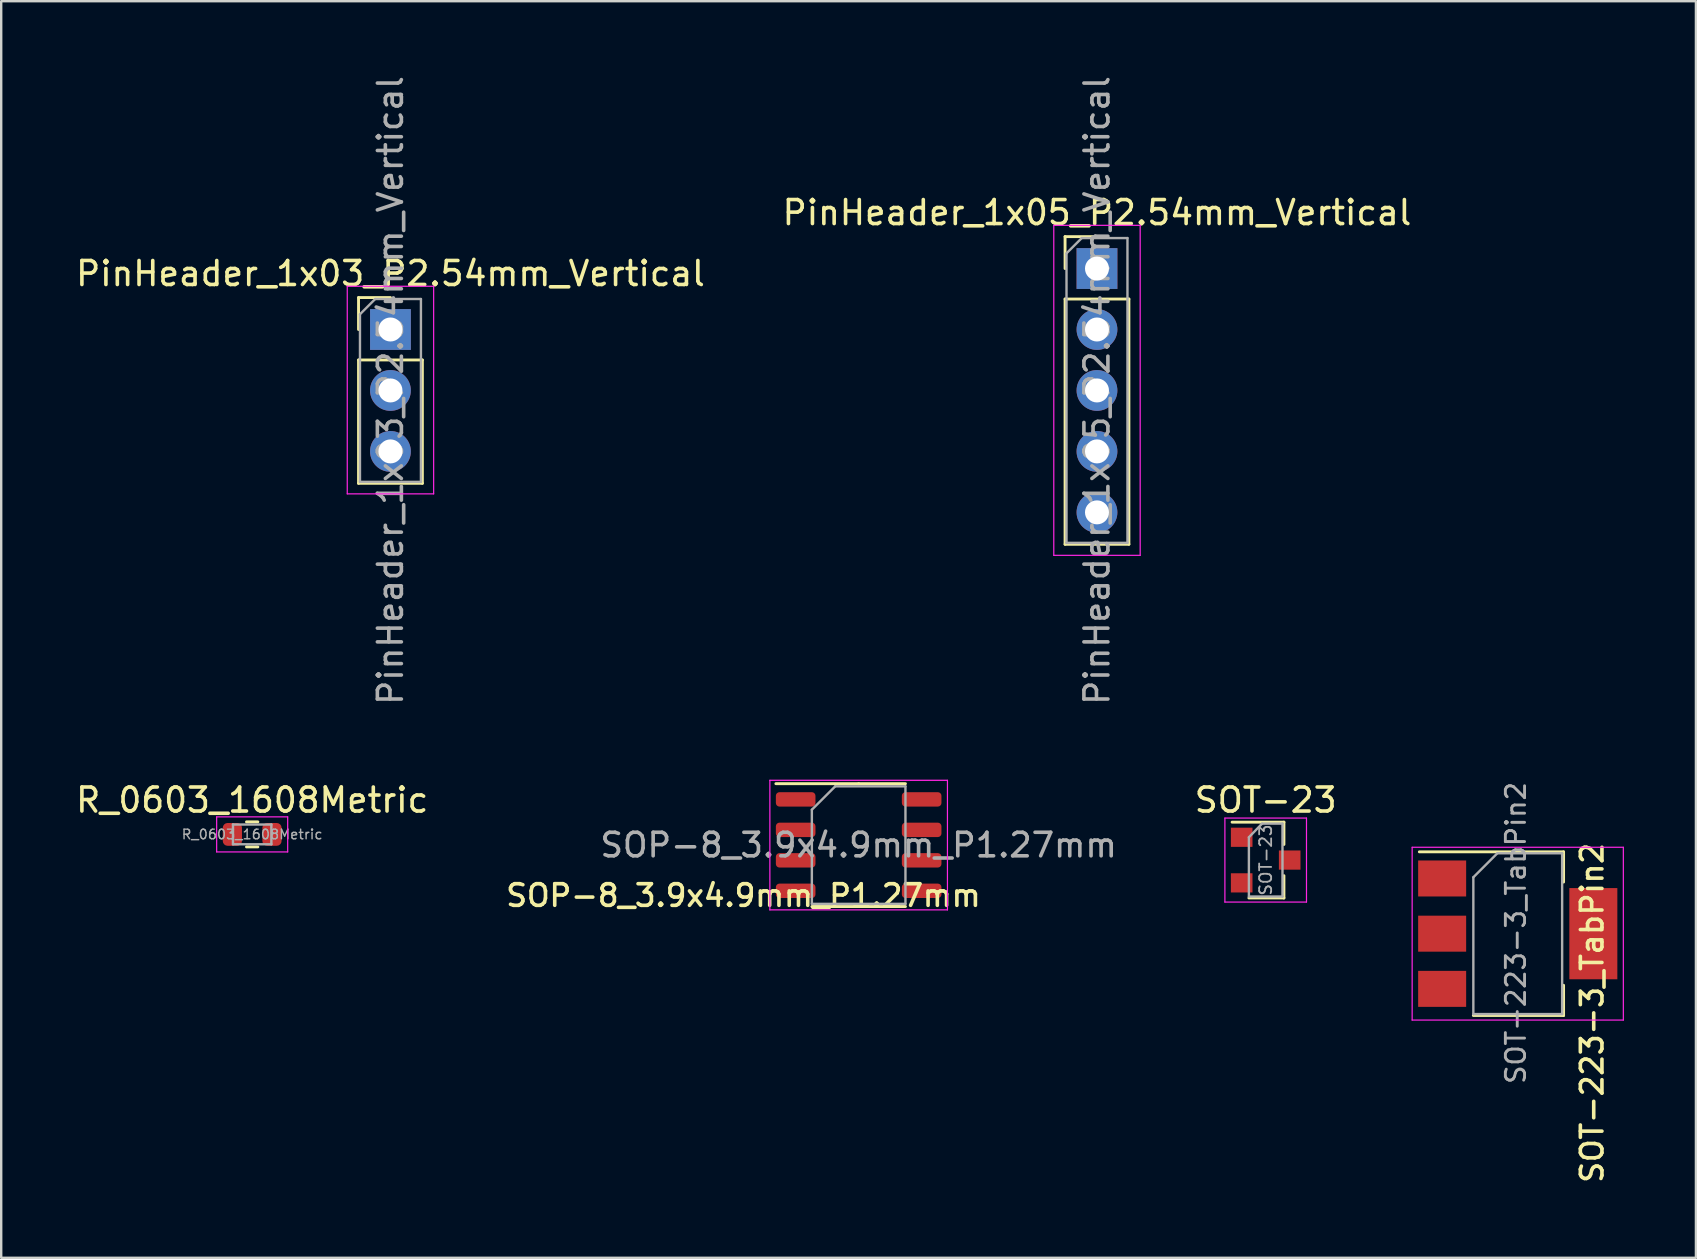
<source format=kicad_pcb>
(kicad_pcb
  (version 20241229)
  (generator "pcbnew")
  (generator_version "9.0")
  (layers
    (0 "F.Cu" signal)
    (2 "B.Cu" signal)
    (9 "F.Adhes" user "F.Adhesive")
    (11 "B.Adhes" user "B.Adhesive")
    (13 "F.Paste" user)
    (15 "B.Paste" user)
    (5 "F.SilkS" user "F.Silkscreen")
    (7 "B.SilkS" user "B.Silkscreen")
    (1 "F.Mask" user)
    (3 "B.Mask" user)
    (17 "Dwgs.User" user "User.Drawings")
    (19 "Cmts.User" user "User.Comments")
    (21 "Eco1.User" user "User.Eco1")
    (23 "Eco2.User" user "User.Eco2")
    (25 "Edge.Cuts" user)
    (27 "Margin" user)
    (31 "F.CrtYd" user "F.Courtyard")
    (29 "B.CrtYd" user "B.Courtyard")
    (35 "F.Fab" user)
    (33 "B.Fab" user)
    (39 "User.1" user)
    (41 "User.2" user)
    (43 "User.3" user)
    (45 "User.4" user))
  (footprint "R_0603_1608Metric"
    (layer "F.Cu")
    (at 7.458 31.719)
    (property "Reference" "R_0603_1608Metric" (at 0 -1.43 0) (layer "F.SilkS") (effects (font (size 1 1) (thickness 0.15))))
    (attr smd)
    (fp_line (start -0.237 -0.522) (end 0.237 -0.522) (stroke (width 0.12) (type solid)) (layer "F.SilkS"))
    (fp_line (start -0.237 0.522) (end 0.237 0.522) (stroke (width 0.12) (type solid)) (layer "F.SilkS"))
    (fp_line (start -1.48 -0.73) (end 1.48 -0.73) (stroke (width 0.05) (type solid)) (layer "F.CrtYd"))
    (fp_line (start -1.48 0.73) (end -1.48 -0.73) (stroke (width 0.05) (type solid)) (layer "F.CrtYd"))
    (fp_line (start 1.48 -0.73) (end 1.48 0.73) (stroke (width 0.05) (type solid)) (layer "F.CrtYd"))
    (fp_line (start 1.48 0.73) (end -1.48 0.73) (stroke (width 0.05) (type solid)) (layer "F.CrtYd"))
    (fp_line (start -0.8 -0.412) (end 0.8 -0.412) (stroke (width 0.1) (type solid)) (layer "F.Fab"))
    (fp_line (start -0.8 0.412) (end -0.8 -0.412) (stroke (width 0.1) (type solid)) (layer "F.Fab"))
    (fp_line (start 0.8 -0.412) (end 0.8 0.412) (stroke (width 0.1) (type solid)) (layer "F.Fab"))
    (fp_line (start 0.8 0.412) (end -0.8 0.412) (stroke (width 0.1) (type solid)) (layer "F.Fab"))
    (fp_text user "${REFERENCE}" (at 0 0 0) (layer "F.Fab") (effects (font (size 0.4 0.4) (thickness 0.06))))
    (pad "1" smd roundrect (at -0.825 0 180) (size 0.8 0.95) (layers "F.Cu" "F.Mask" "F.Paste") (roundrect_rratio 0.25))
    (pad "2" smd roundrect (at 0.825 0 180) (size 0.8 0.95) (layers "F.Cu" "F.Mask" "F.Paste") (roundrect_rratio 0.25)))
  (footprint "PinHeader_1x05_P2.54mm_Vertical"
    (layer "F.Cu")
    (at 42.661 8.14)
    (property "Reference" "PinHeader_1x05_P2.54mm_Vertical" (at 0 -2.33 0) (layer "F.SilkS") (effects (font (size 1 1) (thickness 0.15))))
    (attr through_hole)
    (fp_line (start -1.33 -1.33) (end 0 -1.33) (stroke (width 0.12) (type solid)) (layer "F.SilkS"))
    (fp_line (start -1.33 0) (end -1.33 -1.33) (stroke (width 0.12) (type solid)) (layer "F.SilkS"))
    (fp_line (start -1.33 1.27) (end -1.33 11.49) (stroke (width 0.12) (type solid)) (layer "F.SilkS"))
    (fp_line (start -1.33 1.27) (end 1.33 1.27) (stroke (width 0.12) (type solid)) (layer "F.SilkS"))
    (fp_line (start -1.33 11.49) (end 1.33 11.49) (stroke (width 0.12) (type solid)) (layer "F.SilkS"))
    (fp_line (start 1.33 1.27) (end 1.33 11.49) (stroke (width 0.12) (type solid)) (layer "F.SilkS"))
    (fp_line (start -1.8 -1.8) (end -1.8 11.95) (stroke (width 0.05) (type solid)) (layer "F.CrtYd"))
    (fp_line (start -1.8 11.95) (end 1.8 11.95) (stroke (width 0.05) (type solid)) (layer "F.CrtYd"))
    (fp_line (start 1.8 -1.8) (end -1.8 -1.8) (stroke (width 0.05) (type solid)) (layer "F.CrtYd"))
    (fp_line (start 1.8 11.95) (end 1.8 -1.8) (stroke (width 0.05) (type solid)) (layer "F.CrtYd"))
    (fp_line (start -1.27 -0.635) (end -0.635 -1.27) (stroke (width 0.1) (type solid)) (layer "F.Fab"))
    (fp_line (start -1.27 11.43) (end -1.27 -0.635) (stroke (width 0.1) (type solid)) (layer "F.Fab"))
    (fp_line (start -0.635 -1.27) (end 1.27 -1.27) (stroke (width 0.1) (type solid)) (layer "F.Fab"))
    (fp_line (start 1.27 -1.27) (end 1.27 11.43) (stroke (width 0.1) (type solid)) (layer "F.Fab"))
    (fp_line (start 1.27 11.43) (end -1.27 11.43) (stroke (width 0.1) (type solid)) (layer "F.Fab"))
    (fp_text user "${REFERENCE}" (at 0 5.08 90) (layer "F.Fab") (effects (font (size 1 1) (thickness 0.15))))
    (pad "1" thru_hole rect (at 0 0) (size 1.7 1.7) (drill 1) (layers "*.Cu" "*.Mask"))
    (pad "2" thru_hole oval (at 0 2.54) (size 1.7 1.7) (drill 1) (layers "*.Cu" "*.Mask"))
    (pad "3" thru_hole oval (at 0 5.08) (size 1.7 1.7) (drill 1) (layers "*.Cu" "*.Mask"))
    (pad "4" thru_hole oval (at 0 7.62) (size 1.7 1.7) (drill 1) (layers "*.Cu" "*.Mask"))
    (pad "5" thru_hole oval (at 0 10.16) (size 1.7 1.7) (drill 1) (layers "*.Cu" "*.Mask")))
  (footprint "SOP-8_3.9x4.9mm_P1.27mm"
    (layer "F.Cu")
    (at 32.73 32.165)
    (property "Reference" "SOP-8_3.9x4.9mm_P1.27mm" (at -4.8 2.1 180) (layer "F.SilkS") (effects (font (size 0.9 0.9) (thickness 0.15))))
    (attr smd)
    (fp_line (start 0 -2.56) (end -3.45 -2.56) (stroke (width 0.12) (type solid)) (layer "F.SilkS"))
    (fp_line (start 0 -2.56) (end 1.95 -2.56) (stroke (width 0.12) (type solid)) (layer "F.SilkS"))
    (fp_line (start 0 2.56) (end -1.95 2.56) (stroke (width 0.12) (type solid)) (layer "F.SilkS"))
    (fp_line (start 0 2.56) (end 1.95 2.56) (stroke (width 0.12) (type solid)) (layer "F.SilkS"))
    (fp_line (start -3.7 -2.7) (end -3.7 2.7) (stroke (width 0.05) (type solid)) (layer "F.CrtYd"))
    (fp_line (start -3.7 2.7) (end 3.7 2.7) (stroke (width 0.05) (type solid)) (layer "F.CrtYd"))
    (fp_line (start 3.7 -2.7) (end -3.7 -2.7) (stroke (width 0.05) (type solid)) (layer "F.CrtYd"))
    (fp_line (start 3.7 2.7) (end 3.7 -2.7) (stroke (width 0.05) (type solid)) (layer "F.CrtYd"))
    (fp_line (start -1.95 -1.475) (end -0.975 -2.45) (stroke (width 0.1) (type solid)) (layer "F.Fab"))
    (fp_line (start -1.95 2.45) (end -1.95 -1.475) (stroke (width 0.1) (type solid)) (layer "F.Fab"))
    (fp_line (start -0.975 -2.45) (end 1.95 -2.45) (stroke (width 0.1) (type solid)) (layer "F.Fab"))
    (fp_line (start 1.95 -2.45) (end 1.95 2.45) (stroke (width 0.1) (type solid)) (layer "F.Fab"))
    (fp_line (start 1.95 2.45) (end -1.95 2.45) (stroke (width 0.1) (type solid)) (layer "F.Fab"))
    (fp_text user "${REFERENCE}" (at 0 0 180) (layer "F.Fab") (effects (font (size 0.98 0.98) (thickness 0.15))))
    (pad "1" smd roundrect (at -2.625 -1.905) (size 1.65 0.6) (layers "F.Cu" "F.Mask" "F.Paste") (roundrect_rratio 0.25))
    (pad "2" smd roundrect (at -2.625 -0.635) (size 1.65 0.6) (layers "F.Cu" "F.Mask" "F.Paste") (roundrect_rratio 0.25))
    (pad "3" smd roundrect (at -2.625 0.635) (size 1.65 0.6) (layers "F.Cu" "F.Mask" "F.Paste") (roundrect_rratio 0.25))
    (pad "4" smd roundrect (at -2.625 1.905) (size 1.65 0.6) (layers "F.Cu" "F.Mask" "F.Paste") (roundrect_rratio 0.25))
    (pad "5" smd roundrect (at 2.625 1.905) (size 1.65 0.6) (layers "F.Cu" "F.Mask" "F.Paste") (roundrect_rratio 0.25))
    (pad "6" smd roundrect (at 2.625 0.635) (size 1.65 0.6) (layers "F.Cu" "F.Mask" "F.Paste") (roundrect_rratio 0.25))
    (pad "7" smd roundrect (at 2.625 -0.635) (size 1.65 0.6) (layers "F.Cu" "F.Mask" "F.Paste") (roundrect_rratio 0.25))
    (pad "8" smd roundrect (at 2.625 -1.905) (size 1.65 0.6) (layers "F.Cu" "F.Mask" "F.Paste") (roundrect_rratio 0.25)))
  (footprint "SOT-223-3_TabPin2"
    (layer "F.Cu")
    (at 60.194 35.856)
    (property "Reference" "SOT-223-3_TabPin2" (at 3.1 3.3 270) (layer "F.SilkS") (effects (font (size 0.9 0.9) (thickness 0.15))))
    (attr smd)
    (fp_line (start -4.1 -3.41) (end 1.91 -3.41) (stroke (width 0.12) (type solid)) (layer "F.SilkS"))
    (fp_line (start -1.85 3.41) (end 1.91 3.41) (stroke (width 0.12) (type solid)) (layer "F.SilkS"))
    (fp_line (start 1.91 -3.41) (end 1.91 -2.15) (stroke (width 0.12) (type solid)) (layer "F.SilkS"))
    (fp_line (start 1.91 3.41) (end 1.91 2.15) (stroke (width 0.12) (type solid)) (layer "F.SilkS"))
    (fp_line (start -4.4 -3.6) (end -4.4 3.6) (stroke (width 0.05) (type solid)) (layer "F.CrtYd"))
    (fp_line (start -4.4 3.6) (end 4.4 3.6) (stroke (width 0.05) (type solid)) (layer "F.CrtYd"))
    (fp_line (start 4.4 -3.6) (end -4.4 -3.6) (stroke (width 0.05) (type solid)) (layer "F.CrtYd"))
    (fp_line (start 4.4 3.6) (end 4.4 -3.6) (stroke (width 0.05) (type solid)) (layer "F.CrtYd"))
    (fp_line (start -1.85 -2.35) (end -1.85 3.35) (stroke (width 0.1) (type solid)) (layer "F.Fab"))
    (fp_line (start -1.85 -2.35) (end -0.85 -3.35) (stroke (width 0.1) (type solid)) (layer "F.Fab"))
    (fp_line (start -1.85 3.35) (end 1.85 3.35) (stroke (width 0.1) (type solid)) (layer "F.Fab"))
    (fp_line (start -0.85 -3.35) (end 1.85 -3.35) (stroke (width 0.1) (type solid)) (layer "F.Fab"))
    (fp_line (start 1.85 -3.35) (end 1.85 3.35) (stroke (width 0.1) (type solid)) (layer "F.Fab"))
    (fp_text user "${REFERENCE}" (at -0.08 -0.03 270) (layer "F.Fab") (effects (font (size 0.8 0.8) (thickness 0.12))))
    (pad "1" smd rect (at -3.15 -2.3) (size 2 1.5) (layers "F.Cu" "F.Mask" "F.Paste"))
    (pad "2" smd rect (at -3.15 0) (size 2 1.5) (layers "F.Cu" "F.Mask" "F.Paste"))
    (pad "2" smd rect (at 3.15 0) (size 2 3.8) (layers "F.Cu" "F.Mask" "F.Paste"))
    (pad "3" smd rect (at -3.15 2.3) (size 2 1.5) (layers "F.Cu" "F.Mask" "F.Paste")))
  (footprint "SOT-23"
    (layer "F.Cu")
    (at 49.691 32.789)
    (property "Reference" "SOT-23" (at 0 -2.5 0) (layer "F.SilkS") (effects (font (size 1 1) (thickness 0.15))))
    (attr smd)
    (fp_line (start 0.76 -1.58) (end -1.4 -1.58) (stroke (width 0.12) (type solid)) (layer "F.SilkS"))
    (fp_line (start 0.76 -1.58) (end 0.76 -0.65) (stroke (width 0.12) (type solid)) (layer "F.SilkS"))
    (fp_line (start 0.76 1.58) (end -0.7 1.58) (stroke (width 0.12) (type solid)) (layer "F.SilkS"))
    (fp_line (start 0.76 1.58) (end 0.76 0.65) (stroke (width 0.12) (type solid)) (layer "F.SilkS"))
    (fp_line (start -1.7 -1.75) (end 1.7 -1.75) (stroke (width 0.05) (type solid)) (layer "F.CrtYd"))
    (fp_line (start -1.7 1.75) (end -1.7 -1.75) (stroke (width 0.05) (type solid)) (layer "F.CrtYd"))
    (fp_line (start 1.7 -1.75) (end 1.7 1.75) (stroke (width 0.05) (type solid)) (layer "F.CrtYd"))
    (fp_line (start 1.7 1.75) (end -1.7 1.75) (stroke (width 0.05) (type solid)) (layer "F.CrtYd"))
    (fp_line (start -0.7 -0.95) (end -0.7 1.5) (stroke (width 0.1) (type solid)) (layer "F.Fab"))
    (fp_line (start -0.7 -0.95) (end -0.15 -1.52) (stroke (width 0.1) (type solid)) (layer "F.Fab"))
    (fp_line (start -0.7 1.52) (end 0.7 1.52) (stroke (width 0.1) (type solid)) (layer "F.Fab"))
    (fp_line (start -0.15 -1.52) (end 0.7 -1.52) (stroke (width 0.1) (type solid)) (layer "F.Fab"))
    (fp_line (start 0.7 -1.52) (end 0.7 1.52) (stroke (width 0.1) (type solid)) (layer "F.Fab"))
    (fp_text user "${REFERENCE}" (at 0 0 90) (layer "F.Fab") (effects (font (size 0.5 0.5) (thickness 0.075))))
    (pad "1" smd rect (at -1 -0.95 180) (size 0.9 0.8) (layers "F.Cu" "F.Mask" "F.Paste"))
    (pad "2" smd rect (at -1 0.95 180) (size 0.9 0.8) (layers "F.Cu" "F.Mask" "F.Paste"))
    (pad "3" smd rect (at 1 0 180) (size 0.9 0.8) (layers "F.Cu" "F.Mask" "F.Paste")))
  (footprint "PinHeader_1x03_P2.54mm_Vertical"
    (layer "F.Cu")
    (at 13.22 10.68)
    (property "Reference" "PinHeader_1x03_P2.54mm_Vertical" (at 0 -2.33 0) (layer "F.SilkS") (effects (font (size 1 1) (thickness 0.15))))
    (attr through_hole)
    (fp_line (start -1.33 -1.33) (end 0 -1.33) (stroke (width 0.12) (type solid)) (layer "F.SilkS"))
    (fp_line (start -1.33 0) (end -1.33 -1.33) (stroke (width 0.12) (type solid)) (layer "F.SilkS"))
    (fp_line (start -1.33 1.27) (end -1.33 6.41) (stroke (width 0.12) (type solid)) (layer "F.SilkS"))
    (fp_line (start -1.33 1.27) (end 1.33 1.27) (stroke (width 0.12) (type solid)) (layer "F.SilkS"))
    (fp_line (start -1.33 6.41) (end 1.33 6.41) (stroke (width 0.12) (type solid)) (layer "F.SilkS"))
    (fp_line (start 1.33 1.27) (end 1.33 6.41) (stroke (width 0.12) (type solid)) (layer "F.SilkS"))
    (fp_line (start -1.8 -1.8) (end -1.8 6.85) (stroke (width 0.05) (type solid)) (layer "F.CrtYd"))
    (fp_line (start -1.8 6.85) (end 1.8 6.85) (stroke (width 0.05) (type solid)) (layer "F.CrtYd"))
    (fp_line (start 1.8 -1.8) (end -1.8 -1.8) (stroke (width 0.05) (type solid)) (layer "F.CrtYd"))
    (fp_line (start 1.8 6.85) (end 1.8 -1.8) (stroke (width 0.05) (type solid)) (layer "F.CrtYd"))
    (fp_line (start -1.27 -0.635) (end -0.635 -1.27) (stroke (width 0.1) (type solid)) (layer "F.Fab"))
    (fp_line (start -1.27 6.35) (end -1.27 -0.635) (stroke (width 0.1) (type solid)) (layer "F.Fab"))
    (fp_line (start -0.635 -1.27) (end 1.27 -1.27) (stroke (width 0.1) (type solid)) (layer "F.Fab"))
    (fp_line (start 1.27 -1.27) (end 1.27 6.35) (stroke (width 0.1) (type solid)) (layer "F.Fab"))
    (fp_line (start 1.27 6.35) (end -1.27 6.35) (stroke (width 0.1) (type solid)) (layer "F.Fab"))
    (fp_text user "${REFERENCE}" (at 0 2.54 90) (layer "F.Fab") (effects (font (size 1 1) (thickness 0.15))))
    (pad "1" thru_hole rect (at 0 0) (size 1.7 1.7) (drill 1) (layers "*.Cu" "*.Mask"))
    (pad "2" thru_hole oval (at 0 2.54) (size 1.7 1.7) (drill 1) (layers "*.Cu" "*.Mask"))
    (pad "3" thru_hole oval (at 0 5.08) (size 1.7 1.7) (drill 1) (layers "*.Cu" "*.Mask")))
  (gr_rect
    (start -3 -3)
    (end 67.619 49.363)
    (stroke (width 0.1) (type default))
    (fill no)
    (layer "Edge.Cuts")))
</source>
